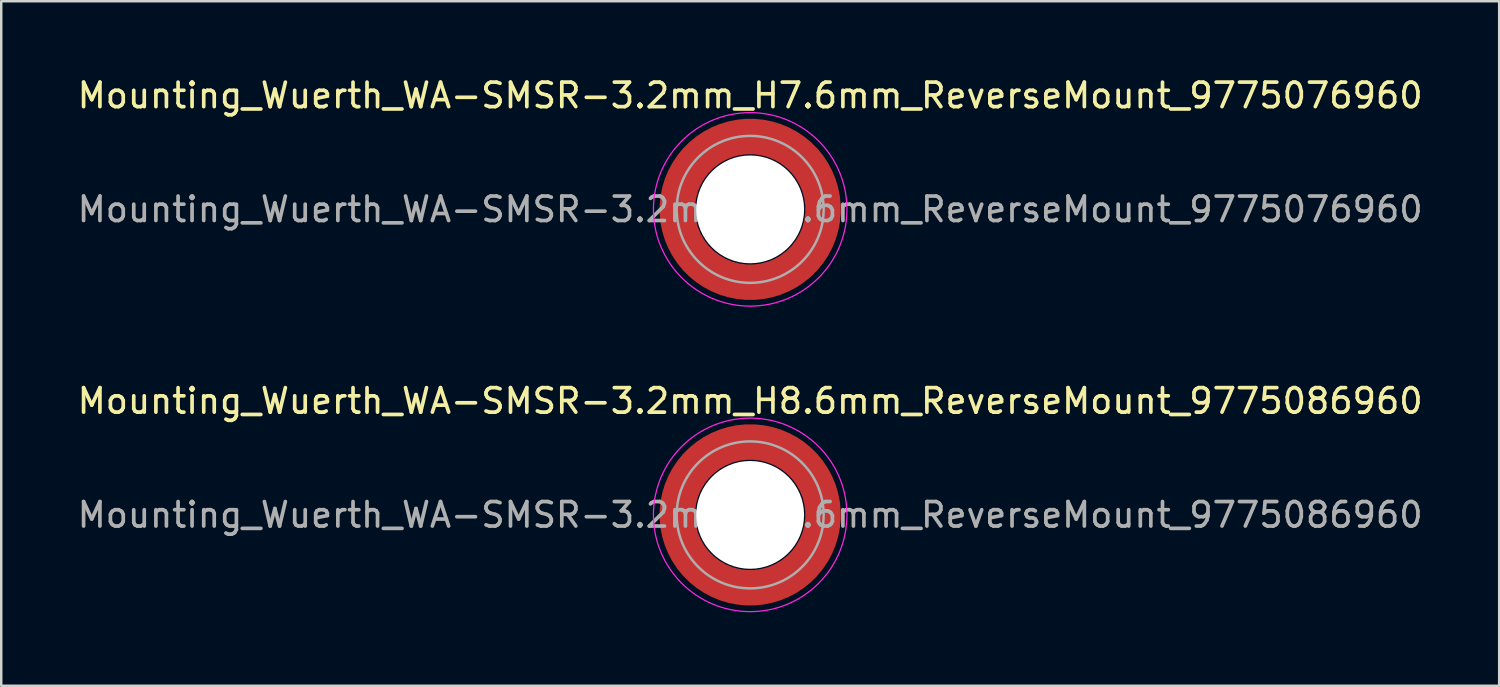
<source format=kicad_pcb>
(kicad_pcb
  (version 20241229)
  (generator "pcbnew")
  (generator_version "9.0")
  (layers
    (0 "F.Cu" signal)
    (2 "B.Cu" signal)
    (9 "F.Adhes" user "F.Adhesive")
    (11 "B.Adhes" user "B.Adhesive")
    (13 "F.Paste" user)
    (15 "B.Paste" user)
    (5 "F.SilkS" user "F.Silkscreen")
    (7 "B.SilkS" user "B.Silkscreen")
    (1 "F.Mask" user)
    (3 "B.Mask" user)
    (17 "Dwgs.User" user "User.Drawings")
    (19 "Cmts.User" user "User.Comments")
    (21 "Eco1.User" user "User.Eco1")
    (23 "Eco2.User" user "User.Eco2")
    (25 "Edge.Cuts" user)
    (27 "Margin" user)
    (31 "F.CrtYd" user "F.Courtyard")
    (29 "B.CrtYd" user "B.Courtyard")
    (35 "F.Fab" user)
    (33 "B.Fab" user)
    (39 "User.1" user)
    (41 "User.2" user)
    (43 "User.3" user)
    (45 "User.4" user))
  (footprint "Mounting_Wuerth_WA-SMSR-3.2mm_H8.6mm_ReverseMount_9775086960"
    (layer "F.Cu")
    (at 27.577 17.971)
    (property "Reference" "Mounting_Wuerth_WA-SMSR-3.2mm_H8.6mm_ReverseMount_9775086960" (at 0 -4.65 0) (layer "F.SilkS") (effects (font (size 1 1) (thickness 0.15))))
    (attr smd)
    (fp_circle (center 0 0) (end 3.95 0) (stroke (width 0.05) (type solid)) (fill no) (layer "F.CrtYd"))
    (fp_circle (center 0 0) (end 3 0) (stroke (width 0.1) (type solid)) (fill no) (layer "F.Fab"))
    (fp_text user "${REFERENCE}" (at 0 0 0) (layer "F.Fab") (effects (font (size 1 1) (thickness 0.15))))
    (pad "" smd custom (at -2.095 -2.095) (size 0.945 0.945) (layers "F.Paste") (options (anchor circle)) (primitives (gr_arc (start -0.24231 1.594804) (mid 0.404819 0.404819) (end 1.594804 -0.24231) (width 0.2)) (gr_arc (start -0.3398 1.594804) (mid 0.337349 0.337349) (end 1.594804 -0.3398) (width 0.2)) (gr_arc (start -0.437132 1.594804) (mid 0.269879 0.269879) (end 1.594804 -0.437132) (width 0.2)) (gr_arc (start -0.534324 1.594804) (mid 0.202409 0.202409) (end 1.594804 -0.534324) (width 0.2)) (gr_arc (start -0.631391 1.594804) (mid 0.134939 0.134939) (end 1.594804 -0.631391) (width 0.2)) (gr_arc (start -0.728345 1.594804) (mid 0.06747 0.06747) (end 1.594804 -0.728345) (width 0.2)) (gr_arc (start -0.825197 1.594804) (mid 0 0) (end 1.594804 -0.825197) (width 0.2)) (gr_arc (start -0.921958 1.594804) (mid -0.067469 -0.067469) (end 1.594804 -0.921958) (width 0.2)) (gr_arc (start -1.018637 1.594804) (mid -0.13494 -0.13494) (end 1.594804 -1.018637) (width 0.2)) (gr_arc (start -1.115239 1.594804) (mid -0.202409 -0.202409) (end 1.594804 -1.115239) (width 0.2)) (gr_arc (start -1.211773 1.594804) (mid -0.269879 -0.269879) (end 1.594804 -1.211773) (width 0.2)) (gr_arc (start -1.308244 1.594804) (mid -0.337349 -0.337349) (end 1.594804 -1.308244) (width 0.2)) (gr_arc (start -1.404657 1.594804) (mid -0.404819 -0.404819) (end 1.594804 -1.404657) (width 0.2)) (gr_arc (start -1.404657 1.594804) (mid -0.404819 -0.404819) (end 1.594804 -1.404657) (width 0.2)) (gr_line (start 1.595 -0.242) (end 1.595 -1.405) (width 0.2)) (gr_line (start -0.242 1.595) (end -1.405 1.595) (width 0.2))))
    (pad "" smd custom (at -2.095 2.095) (size 0.945 0.945) (layers "F.Paste") (options (anchor circle)) (primitives (gr_arc (start 1.594804 0.24231) (mid 0.404819 -0.404819) (end -0.24231 -1.594804) (width 0.2)) (gr_arc (start 1.594804 0.3398) (mid 0.337349 -0.337349) (end -0.3398 -1.594804) (width 0.2)) (gr_arc (start 1.594804 0.437132) (mid 0.269879 -0.269879) (end -0.437132 -1.594804) (width 0.2)) (gr_arc (start 1.594804 0.534324) (mid 0.202409 -0.202409) (end -0.534324 -1.594804) (width 0.2)) (gr_arc (start 1.594804 0.631391) (mid 0.134939 -0.134939) (end -0.631391 -1.594804) (width 0.2)) (gr_arc (start 1.594804 0.728345) (mid 0.06747 -0.06747) (end -0.728345 -1.594804) (width 0.2)) (gr_arc (start 1.594804 0.825197) (mid 0 0) (end -0.825197 -1.594804) (width 0.2)) (gr_arc (start 1.594804 0.921958) (mid -0.067469 0.067469) (end -0.921958 -1.594804) (width 0.2)) (gr_arc (start 1.594804 1.018637) (mid -0.13494 0.13494) (end -1.018637 -1.594804) (width 0.2)) (gr_arc (start 1.594804 1.115239) (mid -0.202409 0.202409) (end -1.115239 -1.594804) (width 0.2)) (gr_arc (start 1.594804 1.211773) (mid -0.269879 0.269879) (end -1.211773 -1.594804) (width 0.2)) (gr_arc (start 1.594804 1.308244) (mid -0.337349 0.337349) (end -1.308244 -1.594804) (width 0.2)) (gr_arc (start 1.594804 1.404657) (mid -0.404819 0.404819) (end -1.404657 -1.594804) (width 0.2)) (gr_arc (start 1.594804 1.404657) (mid -0.404819 0.404819) (end -1.404657 -1.594804) (width 0.2)) (gr_line (start -0.242 -1.595) (end -1.405 -1.595) (width 0.2)) (gr_line (start 1.595 0.242) (end 1.595 1.405) (width 0.2))))
    (pad "" np_thru_hole circle (at 0 0) (size 4.4 4.4) (drill 4.4) (layers "*.Cu" "*.Mask"))
    (pad "" smd custom (at 2.095 -2.095) (size 0.945 0.945) (layers "F.Paste") (options (anchor circle)) (primitives (gr_arc (start -1.594804 -0.24231) (mid -0.404819 0.404819) (end 0.24231 1.594804) (width 0.2)) (gr_arc (start -1.594804 -0.3398) (mid -0.337349 0.337349) (end 0.3398 1.594804) (width 0.2)) (gr_arc (start -1.594804 -0.437132) (mid -0.269879 0.269879) (end 0.437132 1.594804) (width 0.2)) (gr_arc (start -1.594804 -0.534324) (mid -0.202409 0.202409) (end 0.534324 1.594804) (width 0.2)) (gr_arc (start -1.594804 -0.631391) (mid -0.134939 0.134939) (end 0.631391 1.594804) (width 0.2)) (gr_arc (start -1.594804 -0.728345) (mid -0.06747 0.06747) (end 0.728345 1.594804) (width 0.2)) (gr_arc (start -1.594804 -0.825197) (mid 0 0) (end 0.825197 1.594804) (width 0.2)) (gr_arc (start -1.594804 -0.921958) (mid 0.067469 -0.067469) (end 0.921958 1.594804) (width 0.2)) (gr_arc (start -1.594804 -1.018637) (mid 0.13494 -0.13494) (end 1.018637 1.594804) (width 0.2)) (gr_arc (start -1.594804 -1.115239) (mid 0.202409 -0.202409) (end 1.115239 1.594804) (width 0.2)) (gr_arc (start -1.594804 -1.211773) (mid 0.269879 -0.269879) (end 1.211773 1.594804) (width 0.2)) (gr_arc (start -1.594804 -1.308244) (mid 0.337349 -0.337349) (end 1.308244 1.594804) (width 0.2)) (gr_arc (start -1.594804 -1.404657) (mid 0.404819 -0.404819) (end 1.404657 1.594804) (width 0.2)) (gr_arc (start -1.594804 -1.404657) (mid 0.404819 -0.404819) (end 1.404657 1.594804) (width 0.2)) (gr_line (start 0.242 1.595) (end 1.405 1.595) (width 0.2)) (gr_line (start -1.595 -0.242) (end -1.595 -1.405) (width 0.2))))
    (pad "" smd custom (at 2.095 2.095) (size 0.945 0.945) (layers "F.Paste") (options (anchor circle)) (primitives (gr_arc (start 0.24231 -1.594804) (mid -0.404819 -0.404819) (end -1.594804 0.24231) (width 0.2)) (gr_arc (start 0.3398 -1.594804) (mid -0.337349 -0.337349) (end -1.594804 0.3398) (width 0.2)) (gr_arc (start 0.437132 -1.594804) (mid -0.269879 -0.269879) (end -1.594804 0.437132) (width 0.2)) (gr_arc (start 0.534324 -1.594804) (mid -0.202409 -0.202409) (end -1.594804 0.534324) (width 0.2)) (gr_arc (start 0.631391 -1.594804) (mid -0.134939 -0.134939) (end -1.594804 0.631391) (width 0.2)) (gr_arc (start 0.728345 -1.594804) (mid -0.06747 -0.06747) (end -1.594804 0.728345) (width 0.2)) (gr_arc (start 0.825197 -1.594804) (mid 0 0) (end -1.594804 0.825197) (width 0.2)) (gr_arc (start 0.921958 -1.594804) (mid 0.067469 0.067469) (end -1.594804 0.921958) (width 0.2)) (gr_arc (start 1.018637 -1.594804) (mid 0.13494 0.13494) (end -1.594804 1.018637) (width 0.2)) (gr_arc (start 1.115239 -1.594804) (mid 0.202409 0.202409) (end -1.594804 1.115239) (width 0.2)) (gr_arc (start 1.211773 -1.594804) (mid 0.269879 0.269879) (end -1.594804 1.211773) (width 0.2)) (gr_arc (start 1.308244 -1.594804) (mid 0.337349 0.337349) (end -1.594804 1.308244) (width 0.2)) (gr_arc (start 1.404657 -1.594804) (mid 0.404819 0.404819) (end -1.594804 1.404657) (width 0.2)) (gr_arc (start 1.404657 -1.594804) (mid 0.404819 0.404819) (end -1.594804 1.404657) (width 0.2)) (gr_line (start -1.595 0.242) (end -1.595 1.405) (width 0.2)) (gr_line (start 0.242 -1.595) (end 1.405 -1.595) (width 0.2))))
    (pad "1" smd circle (at -2.975 0) (size 1.05 1.05) (layers "F.Cu"))
    (pad "1" smd circle (at 0 -2.975) (size 1.05 1.05) (layers "F.Cu"))
    (pad "1" smd circle (at 0 2.975) (size 1.05 1.05) (layers "F.Cu"))
    (pad "1" smd custom (at 2.975 0) (size 1.05 1.05) (layers "F.Cu" "F.Mask") (options (anchor circle)) (primitives (gr_circle (center -2.975 0) (end 0 0) (width 1.45) (fill no)))))
  (footprint "Mounting_Wuerth_WA-SMSR-3.2mm_H7.6mm_ReverseMount_9775076960"
    (layer "F.Cu")
    (at 27.577 5.498)
    (property "Reference" "Mounting_Wuerth_WA-SMSR-3.2mm_H7.6mm_ReverseMount_9775076960" (at 0 -4.65 0) (layer "F.SilkS") (effects (font (size 1 1) (thickness 0.15))))
    (attr smd)
    (fp_circle (center 0 0) (end 3.95 0) (stroke (width 0.05) (type solid)) (fill no) (layer "F.CrtYd"))
    (fp_circle (center 0 0) (end 3 0) (stroke (width 0.1) (type solid)) (fill no) (layer "F.Fab"))
    (fp_text user "${REFERENCE}" (at 0 0 0) (layer "F.Fab") (effects (font (size 1 1) (thickness 0.15))))
    (pad "" smd custom (at -2.095 -2.095) (size 0.945 0.945) (layers "F.Paste") (options (anchor circle)) (primitives (gr_arc (start -0.24231 1.594804) (mid 0.404819 0.404819) (end 1.594804 -0.24231) (width 0.2)) (gr_arc (start -0.3398 1.594804) (mid 0.337349 0.337349) (end 1.594804 -0.3398) (width 0.2)) (gr_arc (start -0.437132 1.594804) (mid 0.269879 0.269879) (end 1.594804 -0.437132) (width 0.2)) (gr_arc (start -0.534324 1.594804) (mid 0.202409 0.202409) (end 1.594804 -0.534324) (width 0.2)) (gr_arc (start -0.631391 1.594804) (mid 0.134939 0.134939) (end 1.594804 -0.631391) (width 0.2)) (gr_arc (start -0.728345 1.594804) (mid 0.06747 0.06747) (end 1.594804 -0.728345) (width 0.2)) (gr_arc (start -0.825197 1.594804) (mid 0 0) (end 1.594804 -0.825197) (width 0.2)) (gr_arc (start -0.921958 1.594804) (mid -0.067469 -0.067469) (end 1.594804 -0.921958) (width 0.2)) (gr_arc (start -1.018637 1.594804) (mid -0.13494 -0.13494) (end 1.594804 -1.018637) (width 0.2)) (gr_arc (start -1.115239 1.594804) (mid -0.202409 -0.202409) (end 1.594804 -1.115239) (width 0.2)) (gr_arc (start -1.211773 1.594804) (mid -0.269879 -0.269879) (end 1.594804 -1.211773) (width 0.2)) (gr_arc (start -1.308244 1.594804) (mid -0.337349 -0.337349) (end 1.594804 -1.308244) (width 0.2)) (gr_arc (start -1.404657 1.594804) (mid -0.404819 -0.404819) (end 1.594804 -1.404657) (width 0.2)) (gr_arc (start -1.404657 1.594804) (mid -0.404819 -0.404819) (end 1.594804 -1.404657) (width 0.2)) (gr_line (start 1.595 -0.242) (end 1.595 -1.405) (width 0.2)) (gr_line (start -0.242 1.595) (end -1.405 1.595) (width 0.2))))
    (pad "" smd custom (at -2.095 2.095) (size 0.945 0.945) (layers "F.Paste") (options (anchor circle)) (primitives (gr_arc (start 1.594804 0.24231) (mid 0.404819 -0.404819) (end -0.24231 -1.594804) (width 0.2)) (gr_arc (start 1.594804 0.3398) (mid 0.337349 -0.337349) (end -0.3398 -1.594804) (width 0.2)) (gr_arc (start 1.594804 0.437132) (mid 0.269879 -0.269879) (end -0.437132 -1.594804) (width 0.2)) (gr_arc (start 1.594804 0.534324) (mid 0.202409 -0.202409) (end -0.534324 -1.594804) (width 0.2)) (gr_arc (start 1.594804 0.631391) (mid 0.134939 -0.134939) (end -0.631391 -1.594804) (width 0.2)) (gr_arc (start 1.594804 0.728345) (mid 0.06747 -0.06747) (end -0.728345 -1.594804) (width 0.2)) (gr_arc (start 1.594804 0.825197) (mid 0 0) (end -0.825197 -1.594804) (width 0.2)) (gr_arc (start 1.594804 0.921958) (mid -0.067469 0.067469) (end -0.921958 -1.594804) (width 0.2)) (gr_arc (start 1.594804 1.018637) (mid -0.13494 0.13494) (end -1.018637 -1.594804) (width 0.2)) (gr_arc (start 1.594804 1.115239) (mid -0.202409 0.202409) (end -1.115239 -1.594804) (width 0.2)) (gr_arc (start 1.594804 1.211773) (mid -0.269879 0.269879) (end -1.211773 -1.594804) (width 0.2)) (gr_arc (start 1.594804 1.308244) (mid -0.337349 0.337349) (end -1.308244 -1.594804) (width 0.2)) (gr_arc (start 1.594804 1.404657) (mid -0.404819 0.404819) (end -1.404657 -1.594804) (width 0.2)) (gr_arc (start 1.594804 1.404657) (mid -0.404819 0.404819) (end -1.404657 -1.594804) (width 0.2)) (gr_line (start -0.242 -1.595) (end -1.405 -1.595) (width 0.2)) (gr_line (start 1.595 0.242) (end 1.595 1.405) (width 0.2))))
    (pad "" np_thru_hole circle (at 0 0) (size 4.4 4.4) (drill 4.4) (layers "*.Cu" "*.Mask"))
    (pad "" smd custom (at 2.095 -2.095) (size 0.945 0.945) (layers "F.Paste") (options (anchor circle)) (primitives (gr_arc (start -1.594804 -0.24231) (mid -0.404819 0.404819) (end 0.24231 1.594804) (width 0.2)) (gr_arc (start -1.594804 -0.3398) (mid -0.337349 0.337349) (end 0.3398 1.594804) (width 0.2)) (gr_arc (start -1.594804 -0.437132) (mid -0.269879 0.269879) (end 0.437132 1.594804) (width 0.2)) (gr_arc (start -1.594804 -0.534324) (mid -0.202409 0.202409) (end 0.534324 1.594804) (width 0.2)) (gr_arc (start -1.594804 -0.631391) (mid -0.134939 0.134939) (end 0.631391 1.594804) (width 0.2)) (gr_arc (start -1.594804 -0.728345) (mid -0.06747 0.06747) (end 0.728345 1.594804) (width 0.2)) (gr_arc (start -1.594804 -0.825197) (mid 0 0) (end 0.825197 1.594804) (width 0.2)) (gr_arc (start -1.594804 -0.921958) (mid 0.067469 -0.067469) (end 0.921958 1.594804) (width 0.2)) (gr_arc (start -1.594804 -1.018637) (mid 0.13494 -0.13494) (end 1.018637 1.594804) (width 0.2)) (gr_arc (start -1.594804 -1.115239) (mid 0.202409 -0.202409) (end 1.115239 1.594804) (width 0.2)) (gr_arc (start -1.594804 -1.211773) (mid 0.269879 -0.269879) (end 1.211773 1.594804) (width 0.2)) (gr_arc (start -1.594804 -1.308244) (mid 0.337349 -0.337349) (end 1.308244 1.594804) (width 0.2)) (gr_arc (start -1.594804 -1.404657) (mid 0.404819 -0.404819) (end 1.404657 1.594804) (width 0.2)) (gr_arc (start -1.594804 -1.404657) (mid 0.404819 -0.404819) (end 1.404657 1.594804) (width 0.2)) (gr_line (start 0.242 1.595) (end 1.405 1.595) (width 0.2)) (gr_line (start -1.595 -0.242) (end -1.595 -1.405) (width 0.2))))
    (pad "" smd custom (at 2.095 2.095) (size 0.945 0.945) (layers "F.Paste") (options (anchor circle)) (primitives (gr_arc (start 0.24231 -1.594804) (mid -0.404819 -0.404819) (end -1.594804 0.24231) (width 0.2)) (gr_arc (start 0.3398 -1.594804) (mid -0.337349 -0.337349) (end -1.594804 0.3398) (width 0.2)) (gr_arc (start 0.437132 -1.594804) (mid -0.269879 -0.269879) (end -1.594804 0.437132) (width 0.2)) (gr_arc (start 0.534324 -1.594804) (mid -0.202409 -0.202409) (end -1.594804 0.534324) (width 0.2)) (gr_arc (start 0.631391 -1.594804) (mid -0.134939 -0.134939) (end -1.594804 0.631391) (width 0.2)) (gr_arc (start 0.728345 -1.594804) (mid -0.06747 -0.06747) (end -1.594804 0.728345) (width 0.2)) (gr_arc (start 0.825197 -1.594804) (mid 0 0) (end -1.594804 0.825197) (width 0.2)) (gr_arc (start 0.921958 -1.594804) (mid 0.067469 0.067469) (end -1.594804 0.921958) (width 0.2)) (gr_arc (start 1.018637 -1.594804) (mid 0.13494 0.13494) (end -1.594804 1.018637) (width 0.2)) (gr_arc (start 1.115239 -1.594804) (mid 0.202409 0.202409) (end -1.594804 1.115239) (width 0.2)) (gr_arc (start 1.211773 -1.594804) (mid 0.269879 0.269879) (end -1.594804 1.211773) (width 0.2)) (gr_arc (start 1.308244 -1.594804) (mid 0.337349 0.337349) (end -1.594804 1.308244) (width 0.2)) (gr_arc (start 1.404657 -1.594804) (mid 0.404819 0.404819) (end -1.594804 1.404657) (width 0.2)) (gr_arc (start 1.404657 -1.594804) (mid 0.404819 0.404819) (end -1.594804 1.404657) (width 0.2)) (gr_line (start -1.595 0.242) (end -1.595 1.405) (width 0.2)) (gr_line (start 0.242 -1.595) (end 1.405 -1.595) (width 0.2))))
    (pad "1" smd circle (at -2.975 0) (size 1.05 1.05) (layers "F.Cu"))
    (pad "1" smd circle (at 0 -2.975) (size 1.05 1.05) (layers "F.Cu"))
    (pad "1" smd circle (at 0 2.975) (size 1.05 1.05) (layers "F.Cu"))
    (pad "1" smd custom (at 2.975 0) (size 1.05 1.05) (layers "F.Cu" "F.Mask") (options (anchor circle)) (primitives (gr_circle (center -2.975 0) (end 0 0) (width 1.45) (fill no)))))
  (gr_rect
    (start -3 -3)
    (end 58.155 24.947)
    (stroke (width 0.1) (type default))
    (fill no)
    (layer "Edge.Cuts")))
</source>
